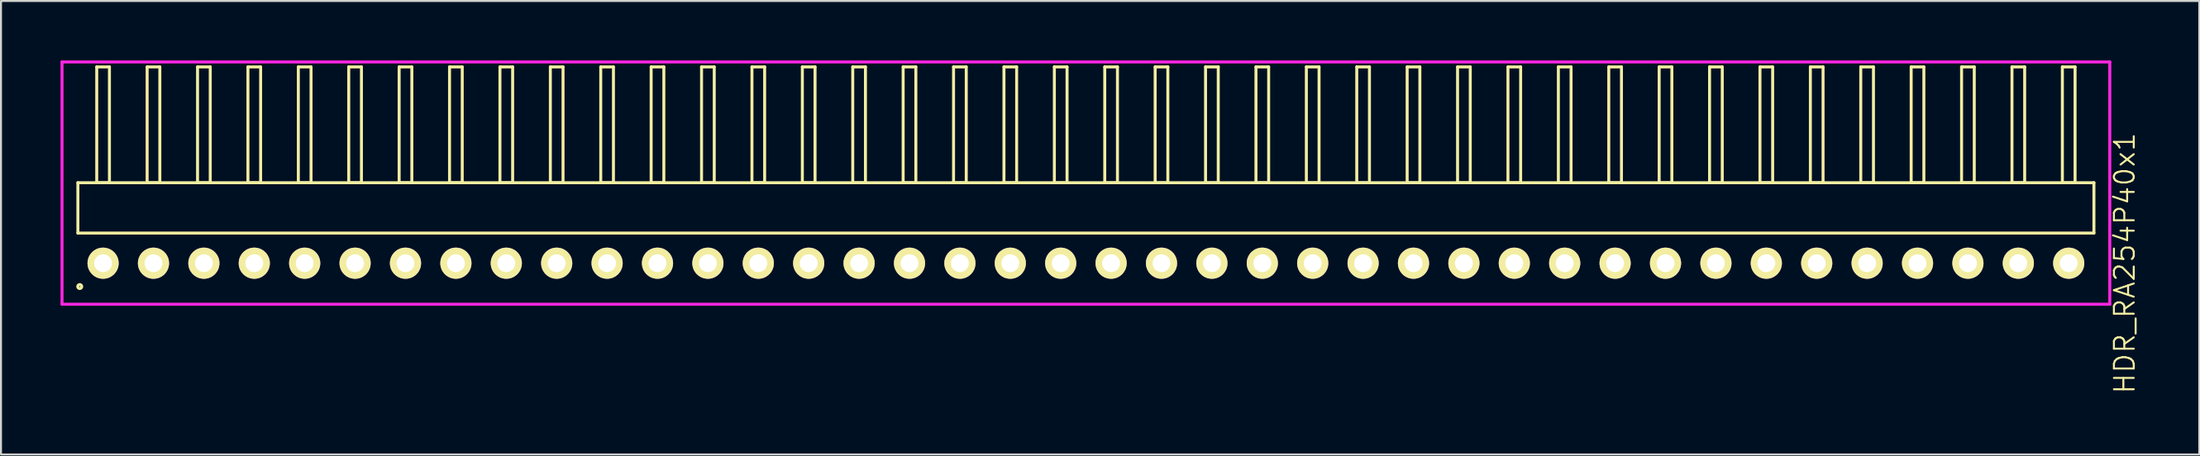
<source format=kicad_pcb>
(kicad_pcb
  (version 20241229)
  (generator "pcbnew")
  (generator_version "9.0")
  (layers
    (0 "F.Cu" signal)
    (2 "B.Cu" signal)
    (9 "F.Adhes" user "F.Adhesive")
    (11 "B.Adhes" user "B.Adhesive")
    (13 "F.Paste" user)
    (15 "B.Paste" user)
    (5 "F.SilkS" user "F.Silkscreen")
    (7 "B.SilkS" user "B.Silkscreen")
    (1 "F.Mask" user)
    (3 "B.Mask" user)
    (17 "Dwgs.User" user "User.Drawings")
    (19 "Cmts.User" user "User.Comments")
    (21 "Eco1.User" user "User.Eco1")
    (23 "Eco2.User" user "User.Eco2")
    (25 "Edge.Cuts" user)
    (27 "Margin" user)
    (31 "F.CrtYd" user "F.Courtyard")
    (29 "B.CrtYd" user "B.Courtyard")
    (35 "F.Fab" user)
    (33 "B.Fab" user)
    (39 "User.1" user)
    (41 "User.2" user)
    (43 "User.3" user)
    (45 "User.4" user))
  (footprint "HDR_RA254P40x1"
    (layer "F.Cu")
    (at 51.675 10.225)
    (property "Reference" "HDR_RA254P40x1" (at 52.35 0 90) (layer "F.SilkS") (effects (font (size 1 1) (thickness 0.1))))
    (attr through_hole)
    (fp_line (start -50.8 -4.06) (end -50.8 -1.52) (stroke (width 0.15) (type solid)) (layer "F.SilkS"))
    (fp_line (start -50.8 -1.52) (end 50.8 -1.52) (stroke (width 0.15) (type solid)) (layer "F.SilkS"))
    (fp_line (start -49.85 -9.9) (end -49.85 -4.06) (stroke (width 0.15) (type solid)) (layer "F.SilkS"))
    (fp_line (start -49.85 -4.06) (end -49.21 -4.06) (stroke (width 0.15) (type solid)) (layer "F.SilkS"))
    (fp_line (start -49.21 -9.9) (end -49.85 -9.9) (stroke (width 0.15) (type solid)) (layer "F.SilkS"))
    (fp_line (start -49.21 -4.06) (end -49.21 -9.9) (stroke (width 0.15) (type solid)) (layer "F.SilkS"))
    (fp_line (start -47.31 -9.9) (end -47.31 -4.06) (stroke (width 0.15) (type solid)) (layer "F.SilkS"))
    (fp_line (start -47.31 -4.06) (end -46.67 -4.06) (stroke (width 0.15) (type solid)) (layer "F.SilkS"))
    (fp_line (start -46.67 -9.9) (end -47.31 -9.9) (stroke (width 0.15) (type solid)) (layer "F.SilkS"))
    (fp_line (start -46.67 -4.06) (end -46.67 -9.9) (stroke (width 0.15) (type solid)) (layer "F.SilkS"))
    (fp_line (start -44.77 -9.9) (end -44.77 -4.06) (stroke (width 0.15) (type solid)) (layer "F.SilkS"))
    (fp_line (start -44.77 -4.06) (end -44.13 -4.06) (stroke (width 0.15) (type solid)) (layer "F.SilkS"))
    (fp_line (start -44.13 -9.9) (end -44.77 -9.9) (stroke (width 0.15) (type solid)) (layer "F.SilkS"))
    (fp_line (start -44.13 -4.06) (end -44.13 -9.9) (stroke (width 0.15) (type solid)) (layer "F.SilkS"))
    (fp_line (start -42.23 -9.9) (end -42.23 -4.06) (stroke (width 0.15) (type solid)) (layer "F.SilkS"))
    (fp_line (start -42.23 -4.06) (end -41.59 -4.06) (stroke (width 0.15) (type solid)) (layer "F.SilkS"))
    (fp_line (start -41.59 -9.9) (end -42.23 -9.9) (stroke (width 0.15) (type solid)) (layer "F.SilkS"))
    (fp_line (start -41.59 -4.06) (end -41.59 -9.9) (stroke (width 0.15) (type solid)) (layer "F.SilkS"))
    (fp_line (start -39.69 -9.9) (end -39.69 -4.06) (stroke (width 0.15) (type solid)) (layer "F.SilkS"))
    (fp_line (start -39.69 -4.06) (end -39.05 -4.06) (stroke (width 0.15) (type solid)) (layer "F.SilkS"))
    (fp_line (start -39.05 -9.9) (end -39.69 -9.9) (stroke (width 0.15) (type solid)) (layer "F.SilkS"))
    (fp_line (start -39.05 -4.06) (end -39.05 -9.9) (stroke (width 0.15) (type solid)) (layer "F.SilkS"))
    (fp_line (start -37.15 -9.9) (end -37.15 -4.06) (stroke (width 0.15) (type solid)) (layer "F.SilkS"))
    (fp_line (start -37.15 -4.06) (end -36.51 -4.06) (stroke (width 0.15) (type solid)) (layer "F.SilkS"))
    (fp_line (start -36.51 -9.9) (end -37.15 -9.9) (stroke (width 0.15) (type solid)) (layer "F.SilkS"))
    (fp_line (start -36.51 -4.06) (end -36.51 -9.9) (stroke (width 0.15) (type solid)) (layer "F.SilkS"))
    (fp_line (start -34.61 -9.9) (end -34.61 -4.06) (stroke (width 0.15) (type solid)) (layer "F.SilkS"))
    (fp_line (start -34.61 -4.06) (end -33.97 -4.06) (stroke (width 0.15) (type solid)) (layer "F.SilkS"))
    (fp_line (start -33.97 -9.9) (end -34.61 -9.9) (stroke (width 0.15) (type solid)) (layer "F.SilkS"))
    (fp_line (start -33.97 -4.06) (end -33.97 -9.9) (stroke (width 0.15) (type solid)) (layer "F.SilkS"))
    (fp_line (start -32.07 -9.9) (end -32.07 -4.06) (stroke (width 0.15) (type solid)) (layer "F.SilkS"))
    (fp_line (start -32.07 -4.06) (end -31.43 -4.06) (stroke (width 0.15) (type solid)) (layer "F.SilkS"))
    (fp_line (start -31.43 -9.9) (end -32.07 -9.9) (stroke (width 0.15) (type solid)) (layer "F.SilkS"))
    (fp_line (start -31.43 -4.06) (end -31.43 -9.9) (stroke (width 0.15) (type solid)) (layer "F.SilkS"))
    (fp_line (start -29.53 -9.9) (end -29.53 -4.06) (stroke (width 0.15) (type solid)) (layer "F.SilkS"))
    (fp_line (start -29.53 -4.06) (end -28.89 -4.06) (stroke (width 0.15) (type solid)) (layer "F.SilkS"))
    (fp_line (start -28.89 -9.9) (end -29.53 -9.9) (stroke (width 0.15) (type solid)) (layer "F.SilkS"))
    (fp_line (start -28.89 -4.06) (end -28.89 -9.9) (stroke (width 0.15) (type solid)) (layer "F.SilkS"))
    (fp_line (start -26.99 -9.9) (end -26.99 -4.06) (stroke (width 0.15) (type solid)) (layer "F.SilkS"))
    (fp_line (start -26.99 -4.06) (end -26.35 -4.06) (stroke (width 0.15) (type solid)) (layer "F.SilkS"))
    (fp_line (start -26.35 -9.9) (end -26.99 -9.9) (stroke (width 0.15) (type solid)) (layer "F.SilkS"))
    (fp_line (start -26.35 -4.06) (end -26.35 -9.9) (stroke (width 0.15) (type solid)) (layer "F.SilkS"))
    (fp_line (start -24.45 -9.9) (end -24.45 -4.06) (stroke (width 0.15) (type solid)) (layer "F.SilkS"))
    (fp_line (start -24.45 -4.06) (end -23.81 -4.06) (stroke (width 0.15) (type solid)) (layer "F.SilkS"))
    (fp_line (start -23.81 -9.9) (end -24.45 -9.9) (stroke (width 0.15) (type solid)) (layer "F.SilkS"))
    (fp_line (start -23.81 -4.06) (end -23.81 -9.9) (stroke (width 0.15) (type solid)) (layer "F.SilkS"))
    (fp_line (start -21.91 -9.9) (end -21.91 -4.06) (stroke (width 0.15) (type solid)) (layer "F.SilkS"))
    (fp_line (start -21.91 -4.06) (end -21.27 -4.06) (stroke (width 0.15) (type solid)) (layer "F.SilkS"))
    (fp_line (start -21.27 -9.9) (end -21.91 -9.9) (stroke (width 0.15) (type solid)) (layer "F.SilkS"))
    (fp_line (start -21.27 -4.06) (end -21.27 -9.9) (stroke (width 0.15) (type solid)) (layer "F.SilkS"))
    (fp_line (start -19.37 -9.9) (end -19.37 -4.06) (stroke (width 0.15) (type solid)) (layer "F.SilkS"))
    (fp_line (start -19.37 -4.06) (end -18.73 -4.06) (stroke (width 0.15) (type solid)) (layer "F.SilkS"))
    (fp_line (start -18.73 -9.9) (end -19.37 -9.9) (stroke (width 0.15) (type solid)) (layer "F.SilkS"))
    (fp_line (start -18.73 -4.06) (end -18.73 -9.9) (stroke (width 0.15) (type solid)) (layer "F.SilkS"))
    (fp_line (start -16.83 -9.9) (end -16.83 -4.06) (stroke (width 0.15) (type solid)) (layer "F.SilkS"))
    (fp_line (start -16.83 -4.06) (end -16.19 -4.06) (stroke (width 0.15) (type solid)) (layer "F.SilkS"))
    (fp_line (start -16.19 -9.9) (end -16.83 -9.9) (stroke (width 0.15) (type solid)) (layer "F.SilkS"))
    (fp_line (start -16.19 -4.06) (end -16.19 -9.9) (stroke (width 0.15) (type solid)) (layer "F.SilkS"))
    (fp_line (start -14.29 -9.9) (end -14.29 -4.06) (stroke (width 0.15) (type solid)) (layer "F.SilkS"))
    (fp_line (start -14.29 -4.06) (end -13.65 -4.06) (stroke (width 0.15) (type solid)) (layer "F.SilkS"))
    (fp_line (start -13.65 -9.9) (end -14.29 -9.9) (stroke (width 0.15) (type solid)) (layer "F.SilkS"))
    (fp_line (start -13.65 -4.06) (end -13.65 -9.9) (stroke (width 0.15) (type solid)) (layer "F.SilkS"))
    (fp_line (start -11.75 -9.9) (end -11.75 -4.06) (stroke (width 0.15) (type solid)) (layer "F.SilkS"))
    (fp_line (start -11.75 -4.06) (end -11.11 -4.06) (stroke (width 0.15) (type solid)) (layer "F.SilkS"))
    (fp_line (start -11.11 -9.9) (end -11.75 -9.9) (stroke (width 0.15) (type solid)) (layer "F.SilkS"))
    (fp_line (start -11.11 -4.06) (end -11.11 -9.9) (stroke (width 0.15) (type solid)) (layer "F.SilkS"))
    (fp_line (start -9.21 -9.9) (end -9.21 -4.06) (stroke (width 0.15) (type solid)) (layer "F.SilkS"))
    (fp_line (start -9.21 -4.06) (end -8.57 -4.06) (stroke (width 0.15) (type solid)) (layer "F.SilkS"))
    (fp_line (start -8.57 -9.9) (end -9.21 -9.9) (stroke (width 0.15) (type solid)) (layer "F.SilkS"))
    (fp_line (start -8.57 -4.06) (end -8.57 -9.9) (stroke (width 0.15) (type solid)) (layer "F.SilkS"))
    (fp_line (start -6.67 -9.9) (end -6.67 -4.06) (stroke (width 0.15) (type solid)) (layer "F.SilkS"))
    (fp_line (start -6.67 -4.06) (end -6.03 -4.06) (stroke (width 0.15) (type solid)) (layer "F.SilkS"))
    (fp_line (start -6.03 -9.9) (end -6.67 -9.9) (stroke (width 0.15) (type solid)) (layer "F.SilkS"))
    (fp_line (start -6.03 -4.06) (end -6.03 -9.9) (stroke (width 0.15) (type solid)) (layer "F.SilkS"))
    (fp_line (start -4.13 -9.9) (end -4.13 -4.06) (stroke (width 0.15) (type solid)) (layer "F.SilkS"))
    (fp_line (start -4.13 -4.06) (end -3.49 -4.06) (stroke (width 0.15) (type solid)) (layer "F.SilkS"))
    (fp_line (start -3.49 -9.9) (end -4.13 -9.9) (stroke (width 0.15) (type solid)) (layer "F.SilkS"))
    (fp_line (start -3.49 -4.06) (end -3.49 -9.9) (stroke (width 0.15) (type solid)) (layer "F.SilkS"))
    (fp_line (start -1.59 -9.9) (end -1.59 -4.06) (stroke (width 0.15) (type solid)) (layer "F.SilkS"))
    (fp_line (start -1.59 -4.06) (end -0.95 -4.06) (stroke (width 0.15) (type solid)) (layer "F.SilkS"))
    (fp_line (start -0.95 -9.9) (end -1.59 -9.9) (stroke (width 0.15) (type solid)) (layer "F.SilkS"))
    (fp_line (start -0.95 -4.06) (end -0.95 -9.9) (stroke (width 0.15) (type solid)) (layer "F.SilkS"))
    (fp_line (start 0.95 -9.9) (end 0.95 -4.06) (stroke (width 0.15) (type solid)) (layer "F.SilkS"))
    (fp_line (start 0.95 -4.06) (end 1.59 -4.06) (stroke (width 0.15) (type solid)) (layer "F.SilkS"))
    (fp_line (start 1.59 -9.9) (end 0.95 -9.9) (stroke (width 0.15) (type solid)) (layer "F.SilkS"))
    (fp_line (start 1.59 -4.06) (end 1.59 -9.9) (stroke (width 0.15) (type solid)) (layer "F.SilkS"))
    (fp_line (start 3.49 -9.9) (end 3.49 -4.06) (stroke (width 0.15) (type solid)) (layer "F.SilkS"))
    (fp_line (start 3.49 -4.06) (end 4.13 -4.06) (stroke (width 0.15) (type solid)) (layer "F.SilkS"))
    (fp_line (start 4.13 -9.9) (end 3.49 -9.9) (stroke (width 0.15) (type solid)) (layer "F.SilkS"))
    (fp_line (start 4.13 -4.06) (end 4.13 -9.9) (stroke (width 0.15) (type solid)) (layer "F.SilkS"))
    (fp_line (start 6.03 -9.9) (end 6.03 -4.06) (stroke (width 0.15) (type solid)) (layer "F.SilkS"))
    (fp_line (start 6.03 -4.06) (end 6.67 -4.06) (stroke (width 0.15) (type solid)) (layer "F.SilkS"))
    (fp_line (start 6.67 -9.9) (end 6.03 -9.9) (stroke (width 0.15) (type solid)) (layer "F.SilkS"))
    (fp_line (start 6.67 -4.06) (end 6.67 -9.9) (stroke (width 0.15) (type solid)) (layer "F.SilkS"))
    (fp_line (start 8.57 -9.9) (end 8.57 -4.06) (stroke (width 0.15) (type solid)) (layer "F.SilkS"))
    (fp_line (start 8.57 -4.06) (end 9.21 -4.06) (stroke (width 0.15) (type solid)) (layer "F.SilkS"))
    (fp_line (start 9.21 -9.9) (end 8.57 -9.9) (stroke (width 0.15) (type solid)) (layer "F.SilkS"))
    (fp_line (start 9.21 -4.06) (end 9.21 -9.9) (stroke (width 0.15) (type solid)) (layer "F.SilkS"))
    (fp_line (start 11.11 -9.9) (end 11.11 -4.06) (stroke (width 0.15) (type solid)) (layer "F.SilkS"))
    (fp_line (start 11.11 -4.06) (end 11.75 -4.06) (stroke (width 0.15) (type solid)) (layer "F.SilkS"))
    (fp_line (start 11.75 -9.9) (end 11.11 -9.9) (stroke (width 0.15) (type solid)) (layer "F.SilkS"))
    (fp_line (start 11.75 -4.06) (end 11.75 -9.9) (stroke (width 0.15) (type solid)) (layer "F.SilkS"))
    (fp_line (start 13.65 -9.9) (end 13.65 -4.06) (stroke (width 0.15) (type solid)) (layer "F.SilkS"))
    (fp_line (start 13.65 -4.06) (end 14.29 -4.06) (stroke (width 0.15) (type solid)) (layer "F.SilkS"))
    (fp_line (start 14.29 -9.9) (end 13.65 -9.9) (stroke (width 0.15) (type solid)) (layer "F.SilkS"))
    (fp_line (start 14.29 -4.06) (end 14.29 -9.9) (stroke (width 0.15) (type solid)) (layer "F.SilkS"))
    (fp_line (start 16.19 -9.9) (end 16.19 -4.06) (stroke (width 0.15) (type solid)) (layer "F.SilkS"))
    (fp_line (start 16.19 -4.06) (end 16.83 -4.06) (stroke (width 0.15) (type solid)) (layer "F.SilkS"))
    (fp_line (start 16.83 -9.9) (end 16.19 -9.9) (stroke (width 0.15) (type solid)) (layer "F.SilkS"))
    (fp_line (start 16.83 -4.06) (end 16.83 -9.9) (stroke (width 0.15) (type solid)) (layer "F.SilkS"))
    (fp_line (start 18.73 -9.9) (end 18.73 -4.06) (stroke (width 0.15) (type solid)) (layer "F.SilkS"))
    (fp_line (start 18.73 -4.06) (end 19.37 -4.06) (stroke (width 0.15) (type solid)) (layer "F.SilkS"))
    (fp_line (start 19.37 -9.9) (end 18.73 -9.9) (stroke (width 0.15) (type solid)) (layer "F.SilkS"))
    (fp_line (start 19.37 -4.06) (end 19.37 -9.9) (stroke (width 0.15) (type solid)) (layer "F.SilkS"))
    (fp_line (start 21.27 -9.9) (end 21.27 -4.06) (stroke (width 0.15) (type solid)) (layer "F.SilkS"))
    (fp_line (start 21.27 -4.06) (end 21.91 -4.06) (stroke (width 0.15) (type solid)) (layer "F.SilkS"))
    (fp_line (start 21.91 -9.9) (end 21.27 -9.9) (stroke (width 0.15) (type solid)) (layer "F.SilkS"))
    (fp_line (start 21.91 -4.06) (end 21.91 -9.9) (stroke (width 0.15) (type solid)) (layer "F.SilkS"))
    (fp_line (start 23.81 -9.9) (end 23.81 -4.06) (stroke (width 0.15) (type solid)) (layer "F.SilkS"))
    (fp_line (start 23.81 -4.06) (end 24.45 -4.06) (stroke (width 0.15) (type solid)) (layer "F.SilkS"))
    (fp_line (start 24.45 -9.9) (end 23.81 -9.9) (stroke (width 0.15) (type solid)) (layer "F.SilkS"))
    (fp_line (start 24.45 -4.06) (end 24.45 -9.9) (stroke (width 0.15) (type solid)) (layer "F.SilkS"))
    (fp_line (start 26.35 -9.9) (end 26.35 -4.06) (stroke (width 0.15) (type solid)) (layer "F.SilkS"))
    (fp_line (start 26.35 -4.06) (end 26.99 -4.06) (stroke (width 0.15) (type solid)) (layer "F.SilkS"))
    (fp_line (start 26.99 -9.9) (end 26.35 -9.9) (stroke (width 0.15) (type solid)) (layer "F.SilkS"))
    (fp_line (start 26.99 -4.06) (end 26.99 -9.9) (stroke (width 0.15) (type solid)) (layer "F.SilkS"))
    (fp_line (start 28.89 -9.9) (end 28.89 -4.06) (stroke (width 0.15) (type solid)) (layer "F.SilkS"))
    (fp_line (start 28.89 -4.06) (end 29.53 -4.06) (stroke (width 0.15) (type solid)) (layer "F.SilkS"))
    (fp_line (start 29.53 -9.9) (end 28.89 -9.9) (stroke (width 0.15) (type solid)) (layer "F.SilkS"))
    (fp_line (start 29.53 -4.06) (end 29.53 -9.9) (stroke (width 0.15) (type solid)) (layer "F.SilkS"))
    (fp_line (start 31.43 -9.9) (end 31.43 -4.06) (stroke (width 0.15) (type solid)) (layer "F.SilkS"))
    (fp_line (start 31.43 -4.06) (end 32.07 -4.06) (stroke (width 0.15) (type solid)) (layer "F.SilkS"))
    (fp_line (start 32.07 -9.9) (end 31.43 -9.9) (stroke (width 0.15) (type solid)) (layer "F.SilkS"))
    (fp_line (start 32.07 -4.06) (end 32.07 -9.9) (stroke (width 0.15) (type solid)) (layer "F.SilkS"))
    (fp_line (start 33.97 -9.9) (end 33.97 -4.06) (stroke (width 0.15) (type solid)) (layer "F.SilkS"))
    (fp_line (start 33.97 -4.06) (end 34.61 -4.06) (stroke (width 0.15) (type solid)) (layer "F.SilkS"))
    (fp_line (start 34.61 -9.9) (end 33.97 -9.9) (stroke (width 0.15) (type solid)) (layer "F.SilkS"))
    (fp_line (start 34.61 -4.06) (end 34.61 -9.9) (stroke (width 0.15) (type solid)) (layer "F.SilkS"))
    (fp_line (start 36.51 -9.9) (end 36.51 -4.06) (stroke (width 0.15) (type solid)) (layer "F.SilkS"))
    (fp_line (start 36.51 -4.06) (end 37.15 -4.06) (stroke (width 0.15) (type solid)) (layer "F.SilkS"))
    (fp_line (start 37.15 -9.9) (end 36.51 -9.9) (stroke (width 0.15) (type solid)) (layer "F.SilkS"))
    (fp_line (start 37.15 -4.06) (end 37.15 -9.9) (stroke (width 0.15) (type solid)) (layer "F.SilkS"))
    (fp_line (start 39.05 -9.9) (end 39.05 -4.06) (stroke (width 0.15) (type solid)) (layer "F.SilkS"))
    (fp_line (start 39.05 -4.06) (end 39.69 -4.06) (stroke (width 0.15) (type solid)) (layer "F.SilkS"))
    (fp_line (start 39.69 -9.9) (end 39.05 -9.9) (stroke (width 0.15) (type solid)) (layer "F.SilkS"))
    (fp_line (start 39.69 -4.06) (end 39.69 -9.9) (stroke (width 0.15) (type solid)) (layer "F.SilkS"))
    (fp_line (start 41.59 -9.9) (end 41.59 -4.06) (stroke (width 0.15) (type solid)) (layer "F.SilkS"))
    (fp_line (start 41.59 -4.06) (end 42.23 -4.06) (stroke (width 0.15) (type solid)) (layer "F.SilkS"))
    (fp_line (start 42.23 -9.9) (end 41.59 -9.9) (stroke (width 0.15) (type solid)) (layer "F.SilkS"))
    (fp_line (start 42.23 -4.06) (end 42.23 -9.9) (stroke (width 0.15) (type solid)) (layer "F.SilkS"))
    (fp_line (start 44.13 -9.9) (end 44.13 -4.06) (stroke (width 0.15) (type solid)) (layer "F.SilkS"))
    (fp_line (start 44.13 -4.06) (end 44.77 -4.06) (stroke (width 0.15) (type solid)) (layer "F.SilkS"))
    (fp_line (start 44.77 -9.9) (end 44.13 -9.9) (stroke (width 0.15) (type solid)) (layer "F.SilkS"))
    (fp_line (start 44.77 -4.06) (end 44.77 -9.9) (stroke (width 0.15) (type solid)) (layer "F.SilkS"))
    (fp_line (start 46.67 -9.9) (end 46.67 -4.06) (stroke (width 0.15) (type solid)) (layer "F.SilkS"))
    (fp_line (start 46.67 -4.06) (end 47.31 -4.06) (stroke (width 0.15) (type solid)) (layer "F.SilkS"))
    (fp_line (start 47.31 -9.9) (end 46.67 -9.9) (stroke (width 0.15) (type solid)) (layer "F.SilkS"))
    (fp_line (start 47.31 -4.06) (end 47.31 -9.9) (stroke (width 0.15) (type solid)) (layer "F.SilkS"))
    (fp_line (start 49.21 -9.9) (end 49.21 -4.06) (stroke (width 0.15) (type solid)) (layer "F.SilkS"))
    (fp_line (start 49.21 -4.06) (end 49.85 -4.06) (stroke (width 0.15) (type solid)) (layer "F.SilkS"))
    (fp_line (start 49.85 -9.9) (end 49.21 -9.9) (stroke (width 0.15) (type solid)) (layer "F.SilkS"))
    (fp_line (start 49.85 -4.06) (end 49.85 -9.9) (stroke (width 0.15) (type solid)) (layer "F.SilkS"))
    (fp_line (start 50.8 -4.06) (end -50.8 -4.06) (stroke (width 0.15) (type solid)) (layer "F.SilkS"))
    (fp_line (start 50.8 -1.52) (end 50.8 -4.06) (stroke (width 0.15) (type solid)) (layer "F.SilkS"))
    (fp_circle (center -50.707 1.178) (end -50.607 1.178) (stroke (width 0.15) (type solid)) (fill no) (layer "F.SilkS"))
    (fp_line (start -51.6 -10.15) (end -51.6 2.07) (stroke (width 0.15) (type solid)) (layer "F.CrtYd"))
    (fp_line (start -51.6 2.07) (end 51.6 2.07) (stroke (width 0.15) (type solid)) (layer "F.CrtYd"))
    (fp_line (start 51.6 -10.15) (end -51.6 -10.15) (stroke (width 0.15) (type solid)) (layer "F.CrtYd"))
    (fp_line (start 51.6 2.07) (end 51.6 -10.15) (stroke (width 0.15) (type solid)) (layer "F.CrtYd"))
    (pad "1" thru_hole oval (at -49.53 0) (size 1.57 1.57) (drill 0.9) (layers "*.Cu" "*.Mask" "F.SilkS"))
    (pad "2" thru_hole oval (at -46.99 0) (size 1.57 1.57) (drill 0.9) (layers "*.Cu" "*.Mask" "F.SilkS"))
    (pad "3" thru_hole oval (at -44.45 0) (size 1.57 1.57) (drill 0.9) (layers "*.Cu" "*.Mask" "F.SilkS"))
    (pad "4" thru_hole oval (at -41.91 0) (size 1.57 1.57) (drill 0.9) (layers "*.Cu" "*.Mask" "F.SilkS"))
    (pad "5" thru_hole oval (at -39.37 0) (size 1.57 1.57) (drill 0.9) (layers "*.Cu" "*.Mask" "F.SilkS"))
    (pad "6" thru_hole oval (at -36.83 0) (size 1.57 1.57) (drill 0.9) (layers "*.Cu" "*.Mask" "F.SilkS"))
    (pad "7" thru_hole oval (at -34.29 0) (size 1.57 1.57) (drill 0.9) (layers "*.Cu" "*.Mask" "F.SilkS"))
    (pad "8" thru_hole oval (at -31.75 0) (size 1.57 1.57) (drill 0.9) (layers "*.Cu" "*.Mask" "F.SilkS"))
    (pad "9" thru_hole oval (at -29.21 0) (size 1.57 1.57) (drill 0.9) (layers "*.Cu" "*.Mask" "F.SilkS"))
    (pad "10" thru_hole oval (at -26.67 0) (size 1.57 1.57) (drill 0.9) (layers "*.Cu" "*.Mask" "F.SilkS"))
    (pad "11" thru_hole oval (at -24.13 0) (size 1.57 1.57) (drill 0.9) (layers "*.Cu" "*.Mask" "F.SilkS"))
    (pad "12" thru_hole oval (at -21.59 0) (size 1.57 1.57) (drill 0.9) (layers "*.Cu" "*.Mask" "F.SilkS"))
    (pad "13" thru_hole oval (at -19.05 0) (size 1.57 1.57) (drill 0.9) (layers "*.Cu" "*.Mask" "F.SilkS"))
    (pad "14" thru_hole oval (at -16.51 0) (size 1.57 1.57) (drill 0.9) (layers "*.Cu" "*.Mask" "F.SilkS"))
    (pad "15" thru_hole oval (at -13.97 0) (size 1.57 1.57) (drill 0.9) (layers "*.Cu" "*.Mask" "F.SilkS"))
    (pad "16" thru_hole oval (at -11.43 0) (size 1.57 1.57) (drill 0.9) (layers "*.Cu" "*.Mask" "F.SilkS"))
    (pad "17" thru_hole oval (at -8.89 0) (size 1.57 1.57) (drill 0.9) (layers "*.Cu" "*.Mask" "F.SilkS"))
    (pad "18" thru_hole oval (at -6.35 0) (size 1.57 1.57) (drill 0.9) (layers "*.Cu" "*.Mask" "F.SilkS"))
    (pad "19" thru_hole oval (at -3.81 0) (size 1.57 1.57) (drill 0.9) (layers "*.Cu" "*.Mask" "F.SilkS"))
    (pad "20" thru_hole oval (at -1.27 0) (size 1.57 1.57) (drill 0.9) (layers "*.Cu" "*.Mask" "F.SilkS"))
    (pad "21" thru_hole oval (at 1.27 0) (size 1.57 1.57) (drill 0.9) (layers "*.Cu" "*.Mask" "F.SilkS"))
    (pad "22" thru_hole oval (at 3.81 0) (size 1.57 1.57) (drill 0.9) (layers "*.Cu" "*.Mask" "F.SilkS"))
    (pad "23" thru_hole oval (at 6.35 0) (size 1.57 1.57) (drill 0.9) (layers "*.Cu" "*.Mask" "F.SilkS"))
    (pad "24" thru_hole oval (at 8.89 0) (size 1.57 1.57) (drill 0.9) (layers "*.Cu" "*.Mask" "F.SilkS"))
    (pad "25" thru_hole oval (at 11.43 0) (size 1.57 1.57) (drill 0.9) (layers "*.Cu" "*.Mask" "F.SilkS"))
    (pad "26" thru_hole oval (at 13.97 0) (size 1.57 1.57) (drill 0.9) (layers "*.Cu" "*.Mask" "F.SilkS"))
    (pad "27" thru_hole oval (at 16.51 0) (size 1.57 1.57) (drill 0.9) (layers "*.Cu" "*.Mask" "F.SilkS"))
    (pad "28" thru_hole oval (at 19.05 0) (size 1.57 1.57) (drill 0.9) (layers "*.Cu" "*.Mask" "F.SilkS"))
    (pad "29" thru_hole oval (at 21.59 0) (size 1.57 1.57) (drill 0.9) (layers "*.Cu" "*.Mask" "F.SilkS"))
    (pad "30" thru_hole oval (at 24.13 0) (size 1.57 1.57) (drill 0.9) (layers "*.Cu" "*.Mask" "F.SilkS"))
    (pad "31" thru_hole oval (at 26.67 0) (size 1.57 1.57) (drill 0.9) (layers "*.Cu" "*.Mask" "F.SilkS"))
    (pad "32" thru_hole oval (at 29.21 0) (size 1.57 1.57) (drill 0.9) (layers "*.Cu" "*.Mask" "F.SilkS"))
    (pad "33" thru_hole oval (at 31.75 0) (size 1.57 1.57) (drill 0.9) (layers "*.Cu" "*.Mask" "F.SilkS"))
    (pad "34" thru_hole oval (at 34.29 0) (size 1.57 1.57) (drill 0.9) (layers "*.Cu" "*.Mask" "F.SilkS"))
    (pad "35" thru_hole oval (at 36.83 0) (size 1.57 1.57) (drill 0.9) (layers "*.Cu" "*.Mask" "F.SilkS"))
    (pad "36" thru_hole oval (at 39.37 0) (size 1.57 1.57) (drill 0.9) (layers "*.Cu" "*.Mask" "F.SilkS"))
    (pad "37" thru_hole oval (at 41.91 0) (size 1.57 1.57) (drill 0.9) (layers "*.Cu" "*.Mask" "F.SilkS"))
    (pad "38" thru_hole oval (at 44.45 0) (size 1.57 1.57) (drill 0.9) (layers "*.Cu" "*.Mask" "F.SilkS"))
    (pad "39" thru_hole oval (at 46.99 0) (size 1.57 1.57) (drill 0.9) (layers "*.Cu" "*.Mask" "F.SilkS"))
    (pad "40" thru_hole oval (at 49.53 0) (size 1.57 1.57) (drill 0.9) (layers "*.Cu" "*.Mask" "F.SilkS")))
  (gr_rect
    (start -3 -3)
    (end 107.785 19.87)
    (stroke (width 0.1) (type default))
    (fill no)
    (layer "Edge.Cuts")))
</source>
